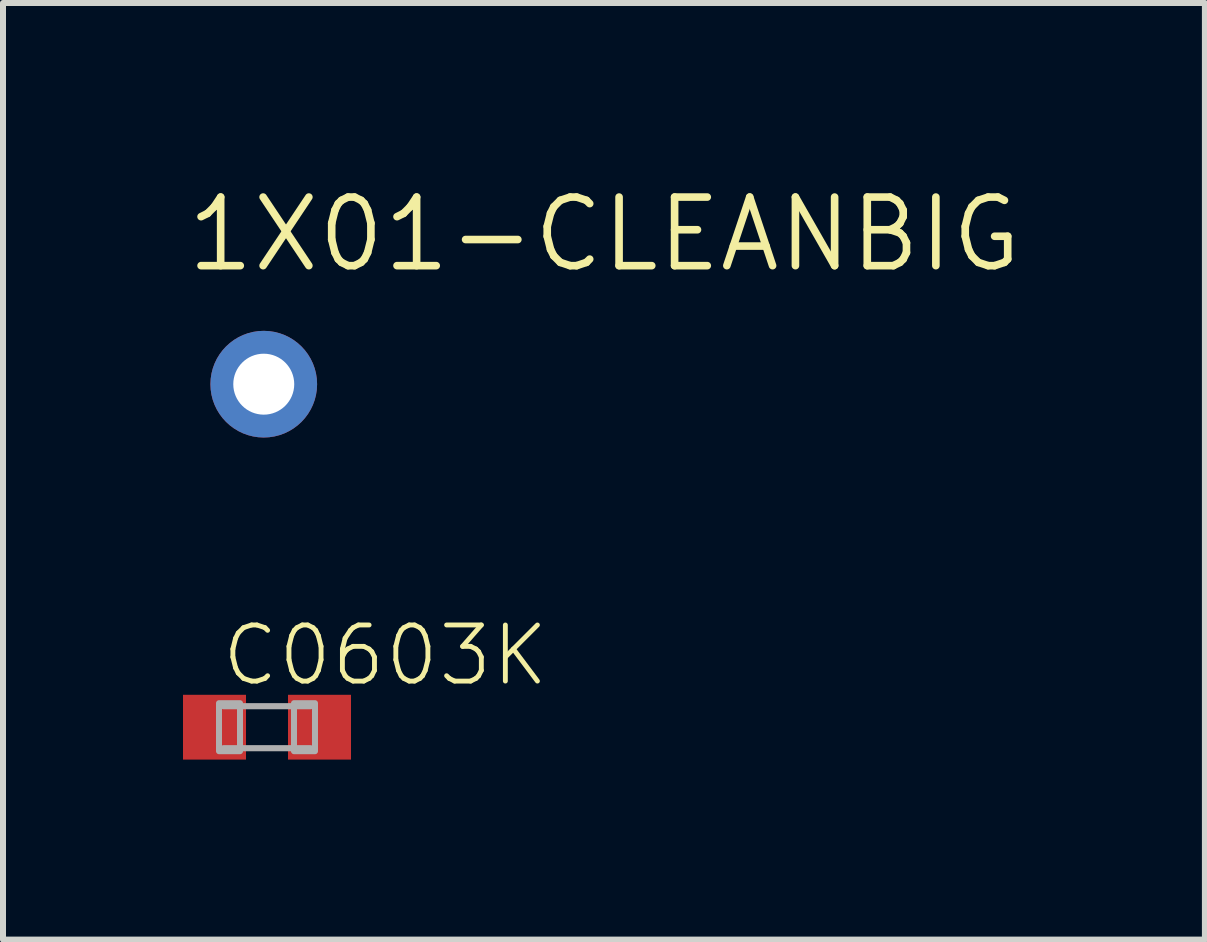
<source format=kicad_pcb>
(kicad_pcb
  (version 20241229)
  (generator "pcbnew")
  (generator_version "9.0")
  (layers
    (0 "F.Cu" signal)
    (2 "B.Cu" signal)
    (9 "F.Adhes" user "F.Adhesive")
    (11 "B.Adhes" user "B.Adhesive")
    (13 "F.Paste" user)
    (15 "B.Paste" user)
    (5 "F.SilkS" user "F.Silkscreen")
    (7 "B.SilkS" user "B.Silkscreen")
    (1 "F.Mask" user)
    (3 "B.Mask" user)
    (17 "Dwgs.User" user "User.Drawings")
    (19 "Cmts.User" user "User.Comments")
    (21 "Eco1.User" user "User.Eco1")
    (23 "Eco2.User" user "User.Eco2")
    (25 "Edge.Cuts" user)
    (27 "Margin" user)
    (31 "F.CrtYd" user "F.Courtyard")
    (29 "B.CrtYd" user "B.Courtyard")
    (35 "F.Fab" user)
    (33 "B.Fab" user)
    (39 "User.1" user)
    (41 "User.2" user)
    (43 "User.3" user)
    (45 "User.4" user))
  (footprint "C0603K"
    (layer "F.Cu")
    (at 1.4 9.07)
    (property "Reference" "C0603K" (at -0.8 -0.65 0) (unlocked yes) (layer "F.SilkS") (effects (font (size 0.935 0.935) (thickness 0.081)) (justify left bottom)))
    (fp_line (start -0.725 -0.35) (end 0.725 -0.35) (stroke (width 0.102) (type solid)) (layer "F.Fab"))
    (fp_line (start 0.725 0.35) (end -0.725 0.35) (stroke (width 0.102) (type solid)) (layer "F.Fab"))
    (fp_poly (pts (xy -0.8 0.4) (xy -0.45 0.4) (xy -0.45 -0.4) (xy -0.8 -0.4)) (stroke (width 0.1) (type default)) (fill no) (layer "F.Fab"))
    (fp_poly (pts (xy 0.45 0.4) (xy 0.8 0.4) (xy 0.8 -0.4) (xy 0.45 -0.4)) (stroke (width 0.1) (type default)) (fill no) (layer "F.Fab"))
    (pad "1" smd rect (at -0.875 0) (size 1.05 1.08) (layers "F.Cu" "F.Mask" "F.Paste"))
    (pad "2" smd rect (at 0.875 0) (size 1.05 1.08) (layers "F.Cu" "F.Mask" "F.Paste")))
  (footprint "1X01-CLEANBIG"
    (layer "F.Cu")
    (at 1.346 3.353)
    (property "Reference" "1X01-CLEANBIG" (at -1.346 -1.829 0) (unlocked yes) (layer "F.SilkS") (effects (font (size 1.143 1.143) (thickness 0.127)) (justify left bottom)))
    (pad "1" thru_hole circle (at 0 0) (size 1.778 1.778) (drill 1.016) (layers "*.Cu" "*.Mask")))
  (gr_rect
    (start -3 -3)
    (end 17.032 12.61)
    (stroke (width 0.1) (type default))
    (fill no)
    (layer "Edge.Cuts")))
</source>
